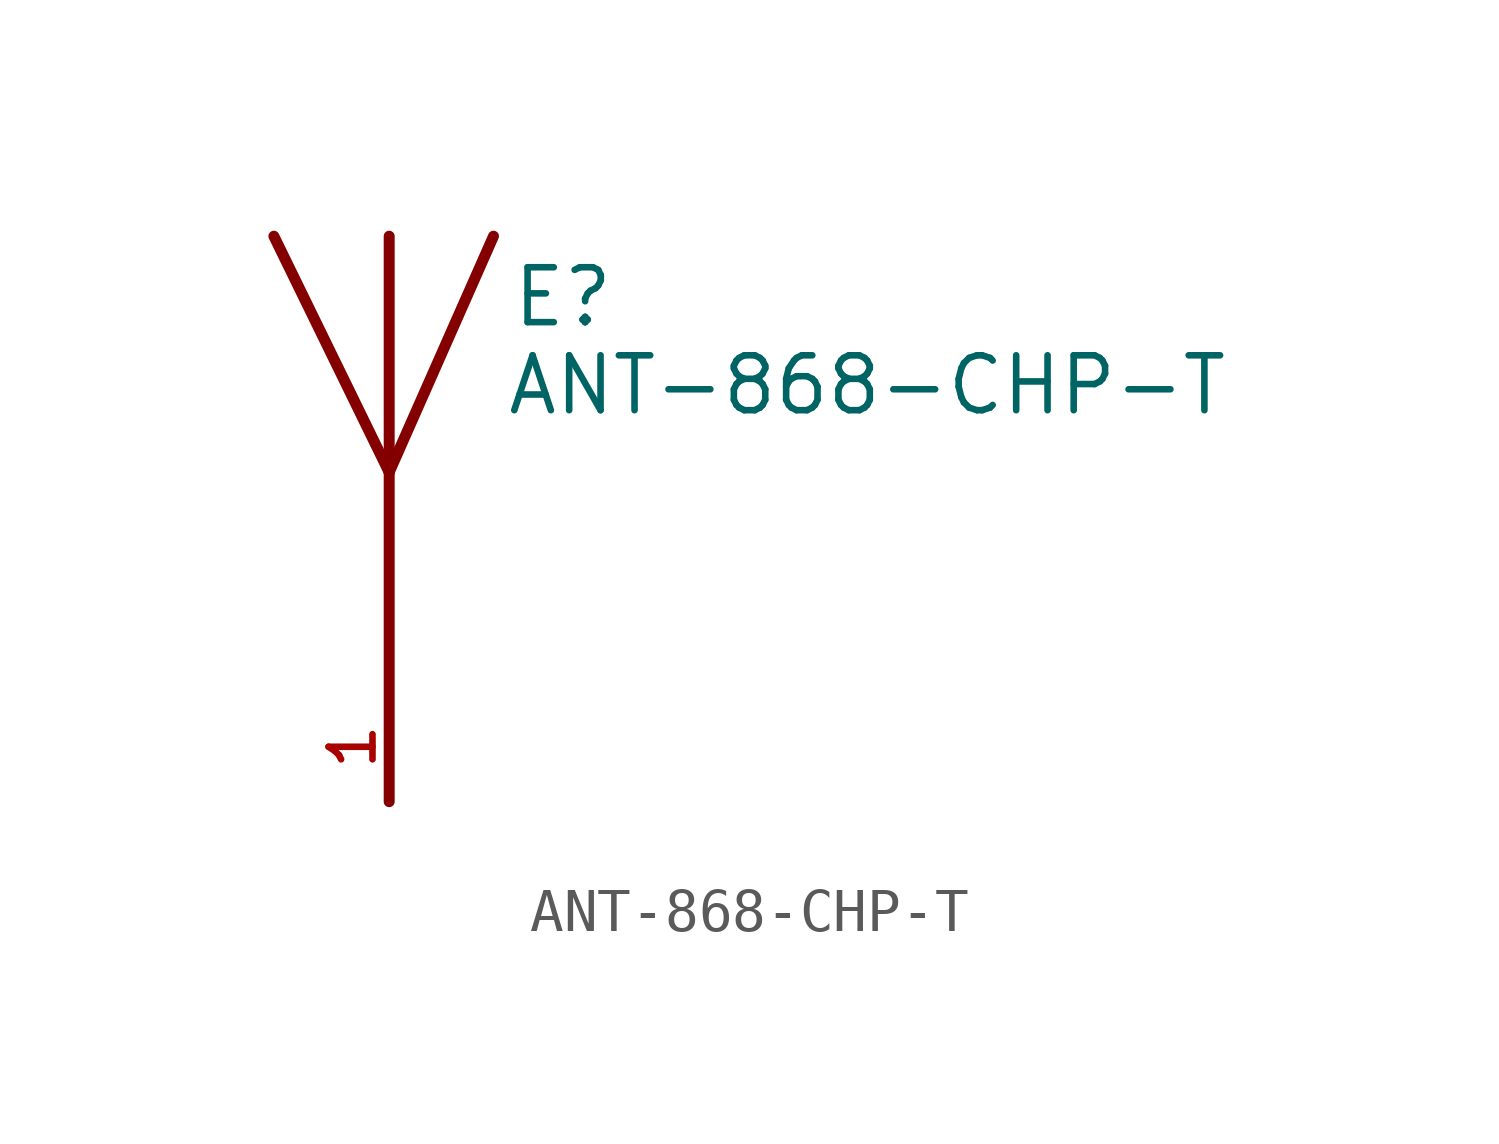
<source format=kicad_sym>
(kicad_symbol_lib
  (version 20211014)
  (generator kicad_symbol_editor)
  (symbol "ANT-868-CHP-T"
    (pin_names
      (offset 1.016))
    (property "Reference" "E"
      (at 2.8 5.85 0)
      (effects (font (size 1.27 1.27)) (justify bottom left)))
    (property "Value" "ANT-868-CHP-T"
      (at 2.673 3.813 0)
      (effects (font (size 1.27 1.27)) (justify bottom left)))
    (symbol "ANT-868-CHP-T_0_0"
      (polyline (pts (xy 2.413 8.001) (xy 0.0 2.54)) (stroke (width 0.254)))
      (polyline (pts (xy 0.0 2.54) (xy -2.667 8.001)) (stroke (width 0.254)))
      (polyline (pts (xy 0.0 8.001) (xy 0.0 2.54)) (stroke (width 0.254)))
      (polyline (pts (xy 0.0 2.54) (xy 0.0 -5.08)) (stroke (width 0.254)))
      (pin input line (at 0.0 -5.08 90.0) (length 2.54) (name "~" (effects (font (size 1.016 1.016)))) (number "1" (effects (font (size 1.016 1.016))))))))
</source>
